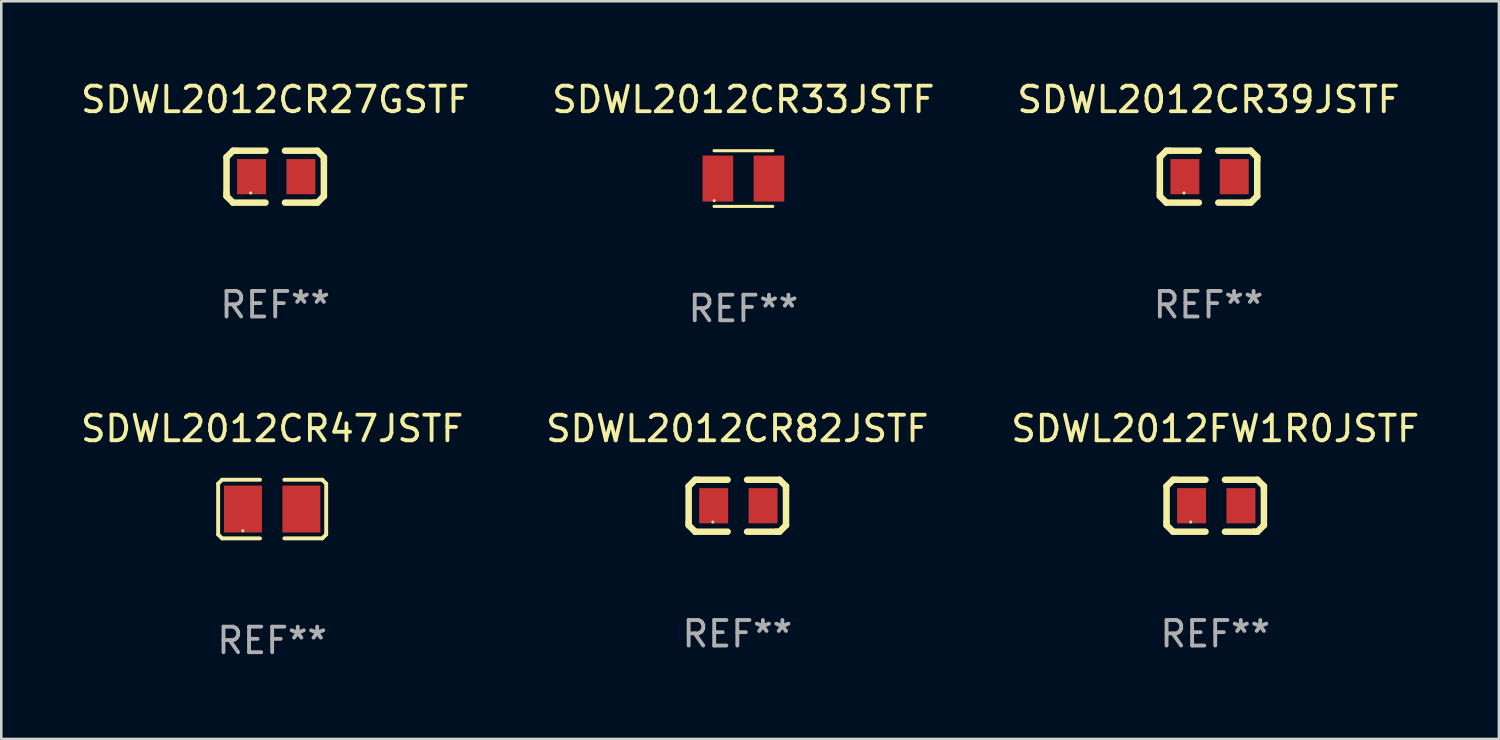
<source format=kicad_pcb>
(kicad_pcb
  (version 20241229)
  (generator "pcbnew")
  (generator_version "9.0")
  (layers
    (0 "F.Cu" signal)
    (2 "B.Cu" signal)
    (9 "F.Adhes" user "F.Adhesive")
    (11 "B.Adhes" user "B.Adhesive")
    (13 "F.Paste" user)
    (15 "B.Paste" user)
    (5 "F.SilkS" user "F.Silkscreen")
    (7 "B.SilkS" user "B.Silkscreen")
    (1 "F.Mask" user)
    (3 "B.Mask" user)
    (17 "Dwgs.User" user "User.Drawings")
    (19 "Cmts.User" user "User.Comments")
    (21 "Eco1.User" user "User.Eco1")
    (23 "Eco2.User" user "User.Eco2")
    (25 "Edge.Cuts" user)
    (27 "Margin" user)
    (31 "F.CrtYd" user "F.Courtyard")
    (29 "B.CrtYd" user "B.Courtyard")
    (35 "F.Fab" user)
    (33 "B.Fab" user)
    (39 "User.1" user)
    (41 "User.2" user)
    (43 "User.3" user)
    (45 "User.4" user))
  (footprint "SDWL2012CR82JSTF"
    (layer "F.Cu")
    (at 25.804 16.741)
    (property "Reference" "SDWL2012CR82JSTF" (at 0 -3.016 0) (layer "F.SilkS") (effects (font (size 1 1) (thickness 0.15))))
    (attr through_hole)
    (fp_line (start -1.905 -0.762) (end -1.905 0.635) (stroke (width 0.254) (type solid)) (layer "F.SilkS"))
    (fp_line (start -1.905 0.635) (end -1.905 0.762) (stroke (width 0.254) (type solid)) (layer "F.SilkS"))
    (fp_line (start -1.905 0.762) (end -1.651 1.016) (stroke (width 0.254) (type solid)) (layer "F.SilkS"))
    (fp_line (start -1.651 -1.016) (end -1.905 -0.762) (stroke (width 0.254) (type solid)) (layer "F.SilkS"))
    (fp_line (start -1.651 1.016) (end -0.381 1.016) (stroke (width 0.254) (type solid)) (layer "F.SilkS"))
    (fp_line (start -1.524 -1.016) (end -1.651 -1.016) (stroke (width 0.254) (type solid)) (layer "F.SilkS"))
    (fp_line (start -0.381 -1.016) (end -1.524 -1.016) (stroke (width 0.254) (type solid)) (layer "F.SilkS"))
    (fp_line (start 0.381 1.016) (end 1.524 1.016) (stroke (width 0.254) (type solid)) (layer "F.SilkS"))
    (fp_line (start 1.524 1.016) (end 1.651 1.016) (stroke (width 0.254) (type solid)) (layer "F.SilkS"))
    (fp_line (start 1.651 -1.016) (end 0.381 -1.016) (stroke (width 0.254) (type solid)) (layer "F.SilkS"))
    (fp_line (start 1.651 1.016) (end 1.905 0.762) (stroke (width 0.254) (type solid)) (layer "F.SilkS"))
    (fp_line (start 1.905 -0.762) (end 1.651 -1.016) (stroke (width 0.254) (type solid)) (layer "F.SilkS"))
    (fp_line (start 1.905 -0.635) (end 1.905 -0.762) (stroke (width 0.254) (type solid)) (layer "F.SilkS"))
    (fp_line (start 1.905 0.762) (end 1.905 -0.635) (stroke (width 0.254) (type solid)) (layer "F.SilkS"))
    (fp_circle (center -0.96 0.637) (end -0.93 0.637) (stroke (width 0.06) (type solid)) (fill no) (layer "F.SilkS"))
    (fp_text user "REF**" (at 0 5.016 0) (layer "F.Fab") (effects (font (size 1 1) (thickness 0.15))))
    (pad "1" smd rect (at -0.926 -0.000051) (size 1.133 1.377) (layers "F.Cu" "F.Mask" "F.Paste"))
    (pad "2" smd rect (at 1.006 -0.000051) (size 1.133 1.377) (layers "F.Cu" "F.Mask" "F.Paste")))
  (footprint "SDWL2012CR27GSTF"
    (layer "F.Cu")
    (at 7.72 3.864)
    (property "Reference" "SDWL2012CR27GSTF" (at 0 -3.016 0) (layer "F.SilkS") (effects (font (size 1 1) (thickness 0.15))))
    (attr through_hole)
    (fp_line (start -1.905 -0.762) (end -1.905 0.635) (stroke (width 0.254) (type solid)) (layer "F.SilkS"))
    (fp_line (start -1.905 0.635) (end -1.905 0.762) (stroke (width 0.254) (type solid)) (layer "F.SilkS"))
    (fp_line (start -1.905 0.762) (end -1.651 1.016) (stroke (width 0.254) (type solid)) (layer "F.SilkS"))
    (fp_line (start -1.651 -1.016) (end -1.905 -0.762) (stroke (width 0.254) (type solid)) (layer "F.SilkS"))
    (fp_line (start -1.651 1.016) (end -0.381 1.016) (stroke (width 0.254) (type solid)) (layer "F.SilkS"))
    (fp_line (start -1.524 -1.016) (end -1.651 -1.016) (stroke (width 0.254) (type solid)) (layer "F.SilkS"))
    (fp_line (start -0.381 -1.016) (end -1.524 -1.016) (stroke (width 0.254) (type solid)) (layer "F.SilkS"))
    (fp_line (start 0.381 1.016) (end 1.524 1.016) (stroke (width 0.254) (type solid)) (layer "F.SilkS"))
    (fp_line (start 1.524 1.016) (end 1.651 1.016) (stroke (width 0.254) (type solid)) (layer "F.SilkS"))
    (fp_line (start 1.651 -1.016) (end 0.381 -1.016) (stroke (width 0.254) (type solid)) (layer "F.SilkS"))
    (fp_line (start 1.651 1.016) (end 1.905 0.762) (stroke (width 0.254) (type solid)) (layer "F.SilkS"))
    (fp_line (start 1.905 -0.762) (end 1.651 -1.016) (stroke (width 0.254) (type solid)) (layer "F.SilkS"))
    (fp_line (start 1.905 -0.635) (end 1.905 -0.762) (stroke (width 0.254) (type solid)) (layer "F.SilkS"))
    (fp_line (start 1.905 0.762) (end 1.905 -0.635) (stroke (width 0.254) (type solid)) (layer "F.SilkS"))
    (fp_circle (center -0.96 0.637) (end -0.93 0.637) (stroke (width 0.06) (type solid)) (fill no) (layer "F.SilkS"))
    (fp_text user "REF**" (at 0 5.016 0) (layer "F.Fab") (effects (font (size 1 1) (thickness 0.15))))
    (pad "1" smd rect (at -0.926 -0.000051) (size 1.133 1.377) (layers "F.Cu" "F.Mask" "F.Paste"))
    (pad "2" smd rect (at 1.006 -0.000051) (size 1.133 1.377) (layers "F.Cu" "F.Mask" "F.Paste")))
  (footprint "SDWL2012FW1R0JSTF"
    (layer "F.Cu")
    (at 44.506 16.741)
    (property "Reference" "SDWL2012FW1R0JSTF" (at 0 -3.016 0) (layer "F.SilkS") (effects (font (size 1 1) (thickness 0.15))))
    (attr through_hole)
    (fp_line (start -1.905 -0.762) (end -1.905 0.635) (stroke (width 0.254) (type solid)) (layer "F.SilkS"))
    (fp_line (start -1.905 0.635) (end -1.905 0.762) (stroke (width 0.254) (type solid)) (layer "F.SilkS"))
    (fp_line (start -1.905 0.762) (end -1.651 1.016) (stroke (width 0.254) (type solid)) (layer "F.SilkS"))
    (fp_line (start -1.651 -1.016) (end -1.905 -0.762) (stroke (width 0.254) (type solid)) (layer "F.SilkS"))
    (fp_line (start -1.651 1.016) (end -0.381 1.016) (stroke (width 0.254) (type solid)) (layer "F.SilkS"))
    (fp_line (start -1.524 -1.016) (end -1.651 -1.016) (stroke (width 0.254) (type solid)) (layer "F.SilkS"))
    (fp_line (start -0.381 -1.016) (end -1.524 -1.016) (stroke (width 0.254) (type solid)) (layer "F.SilkS"))
    (fp_line (start 0.381 1.016) (end 1.524 1.016) (stroke (width 0.254) (type solid)) (layer "F.SilkS"))
    (fp_line (start 1.524 1.016) (end 1.651 1.016) (stroke (width 0.254) (type solid)) (layer "F.SilkS"))
    (fp_line (start 1.651 -1.016) (end 0.381 -1.016) (stroke (width 0.254) (type solid)) (layer "F.SilkS"))
    (fp_line (start 1.651 1.016) (end 1.905 0.762) (stroke (width 0.254) (type solid)) (layer "F.SilkS"))
    (fp_line (start 1.905 -0.762) (end 1.651 -1.016) (stroke (width 0.254) (type solid)) (layer "F.SilkS"))
    (fp_line (start 1.905 -0.635) (end 1.905 -0.762) (stroke (width 0.254) (type solid)) (layer "F.SilkS"))
    (fp_line (start 1.905 0.762) (end 1.905 -0.635) (stroke (width 0.254) (type solid)) (layer "F.SilkS"))
    (fp_circle (center -0.96 0.637) (end -0.93 0.637) (stroke (width 0.06) (type solid)) (fill no) (layer "F.SilkS"))
    (fp_text user "REF**" (at 0 5.016 0) (layer "F.Fab") (effects (font (size 1 1) (thickness 0.15))))
    (pad "1" smd rect (at -0.926 -0.000051) (size 1.133 1.377) (layers "F.Cu" "F.Mask" "F.Paste"))
    (pad "2" smd rect (at 1.006 -0.000051) (size 1.133 1.377) (layers "F.Cu" "F.Mask" "F.Paste")))
  (footprint "SDWL2012CR47JSTF"
    (layer "F.Cu")
    (at 7.601 16.871)
    (property "Reference" "SDWL2012CR47JSTF" (at 0 -3.147 0) (layer "F.SilkS") (effects (font (size 1 1) (thickness 0.15))))
    (attr through_hole)
    (fp_line (start -2.114 -0.994) (end -2.114 0.994) (stroke (width 0.152) (type solid)) (layer "F.SilkS"))
    (fp_line (start -2.114 0.994) (end -1.961 1.147) (stroke (width 0.152) (type solid)) (layer "F.SilkS"))
    (fp_line (start -1.961 -1.147) (end -2.114 -0.994) (stroke (width 0.152) (type solid)) (layer "F.SilkS"))
    (fp_line (start -1.961 1.147) (end -0.476 1.147) (stroke (width 0.152) (type solid)) (layer "F.SilkS"))
    (fp_line (start -0.476 -1.147) (end -1.961 -1.147) (stroke (width 0.152) (type solid)) (layer "F.SilkS"))
    (fp_line (start 0.476 -1.147) (end 1.961 -1.147) (stroke (width 0.152) (type solid)) (layer "F.SilkS"))
    (fp_line (start 1.961 -1.147) (end 2.114 -0.994) (stroke (width 0.152) (type solid)) (layer "F.SilkS"))
    (fp_line (start 1.961 1.147) (end 0.476 1.147) (stroke (width 0.152) (type solid)) (layer "F.SilkS"))
    (fp_line (start 2.114 -0.994) (end 2.114 0.994) (stroke (width 0.152) (type solid)) (layer "F.SilkS"))
    (fp_line (start 2.114 0.994) (end 1.961 1.147) (stroke (width 0.152) (type solid)) (layer "F.SilkS"))
    (fp_circle (center -1.15 0.85) (end -1.12 0.85) (stroke (width 0.06) (type solid)) (fill no) (layer "F.SilkS"))
    (fp_text user "REF**" (at 0 5.147 0) (layer "F.Fab") (effects (font (size 1 1) (thickness 0.15))))
    (pad "1" smd rect (at -1.142 0) (size 1.485 1.836) (layers "F.Cu" "F.Mask" "F.Paste"))
    (pad "2" smd rect (at 1.142 0) (size 1.485 1.836) (layers "F.Cu" "F.Mask" "F.Paste")))
  (footprint "SDWL2012CR39JSTF"
    (layer "F.Cu")
    (at 44.244 3.864)
    (property "Reference" "SDWL2012CR39JSTF" (at 0 -3.016 0) (layer "F.SilkS") (effects (font (size 1 1) (thickness 0.15))))
    (attr through_hole)
    (fp_line (start -1.905 -0.762) (end -1.905 0.635) (stroke (width 0.254) (type solid)) (layer "F.SilkS"))
    (fp_line (start -1.905 0.635) (end -1.905 0.762) (stroke (width 0.254) (type solid)) (layer "F.SilkS"))
    (fp_line (start -1.905 0.762) (end -1.651 1.016) (stroke (width 0.254) (type solid)) (layer "F.SilkS"))
    (fp_line (start -1.651 -1.016) (end -1.905 -0.762) (stroke (width 0.254) (type solid)) (layer "F.SilkS"))
    (fp_line (start -1.651 1.016) (end -0.381 1.016) (stroke (width 0.254) (type solid)) (layer "F.SilkS"))
    (fp_line (start -1.524 -1.016) (end -1.651 -1.016) (stroke (width 0.254) (type solid)) (layer "F.SilkS"))
    (fp_line (start -0.381 -1.016) (end -1.524 -1.016) (stroke (width 0.254) (type solid)) (layer "F.SilkS"))
    (fp_line (start 0.381 1.016) (end 1.524 1.016) (stroke (width 0.254) (type solid)) (layer "F.SilkS"))
    (fp_line (start 1.524 1.016) (end 1.651 1.016) (stroke (width 0.254) (type solid)) (layer "F.SilkS"))
    (fp_line (start 1.651 -1.016) (end 0.381 -1.016) (stroke (width 0.254) (type solid)) (layer "F.SilkS"))
    (fp_line (start 1.651 1.016) (end 1.905 0.762) (stroke (width 0.254) (type solid)) (layer "F.SilkS"))
    (fp_line (start 1.905 -0.762) (end 1.651 -1.016) (stroke (width 0.254) (type solid)) (layer "F.SilkS"))
    (fp_line (start 1.905 -0.635) (end 1.905 -0.762) (stroke (width 0.254) (type solid)) (layer "F.SilkS"))
    (fp_line (start 1.905 0.762) (end 1.905 -0.635) (stroke (width 0.254) (type solid)) (layer "F.SilkS"))
    (fp_circle (center -0.96 0.637) (end -0.93 0.637) (stroke (width 0.06) (type solid)) (fill no) (layer "F.SilkS"))
    (fp_text user "REF**" (at 0 5.016 0) (layer "F.Fab") (effects (font (size 1 1) (thickness 0.15))))
    (pad "1" smd rect (at -0.926 -0.000051) (size 1.133 1.377) (layers "F.Cu" "F.Mask" "F.Paste"))
    (pad "2" smd rect (at 1.006 -0.000051) (size 1.133 1.377) (layers "F.Cu" "F.Mask" "F.Paste")))
  (footprint "SDWL2012CR33JSTF"
    (layer "F.Cu")
    (at 26.042 3.938)
    (property "Reference" "SDWL2012CR33JSTF" (at 0 -3.09 0) (layer "F.SilkS") (effects (font (size 1 1) (thickness 0.15))))
    (attr through_hole)
    (fp_line (start -1.15 1.09) (end 1.15 1.09) (stroke (width 0.12) (type solid)) (layer "F.SilkS"))
    (fp_line (start 1.15 -1.09) (end -1.15 -1.09) (stroke (width 0.12) (type solid)) (layer "F.SilkS"))
    (fp_circle (center -1.145 0.865) (end -1.115 0.865) (stroke (width 0.06) (type solid)) (fill no) (layer "F.SilkS"))
    (fp_text user "REF**" (at 0 5.09 0) (layer "F.Fab") (effects (font (size 1 1) (thickness 0.15))))
    (pad "1" smd rect (at -1 0 90) (size 1.8 1.2) (layers "F.Cu" "F.Mask" "F.Paste"))
    (pad "2" smd rect (at 1 0 90) (size 1.8 1.2) (layers "F.Cu" "F.Mask" "F.Paste")))
  (gr_rect
    (start -3 -3)
    (end 55.607 25.866)
    (stroke (width 0.1) (type default))
    (fill no)
    (layer "Edge.Cuts")))
</source>
